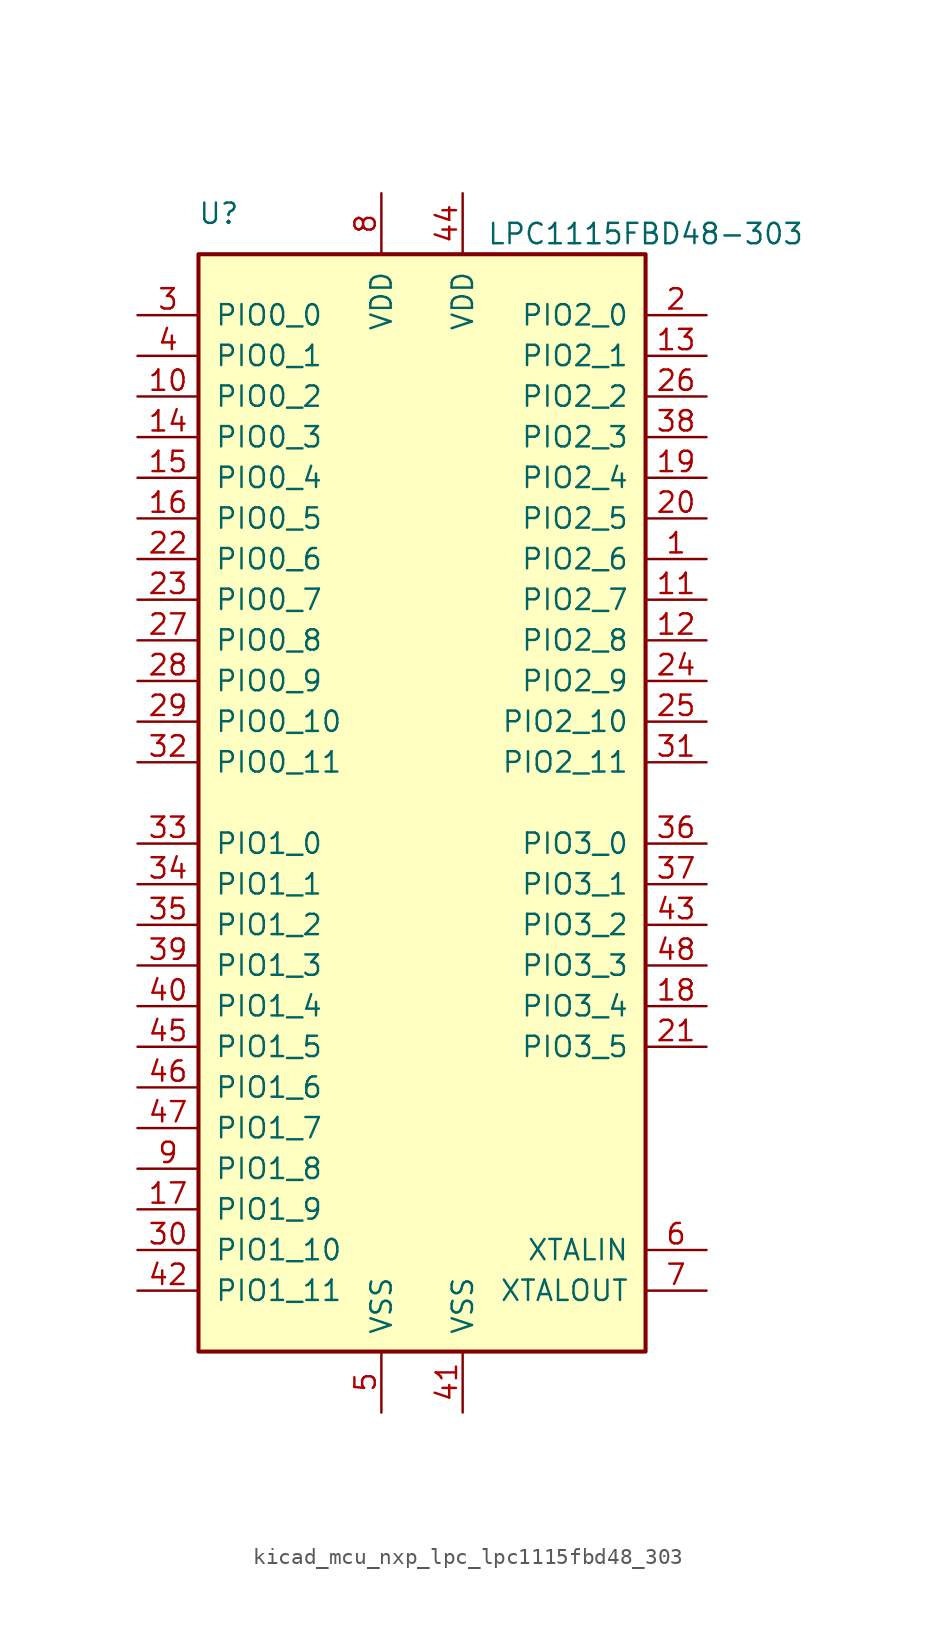
<source format=kicad_sym>
(kicad_symbol_lib
  (version 20220914)
  (generator kicad_symbol_editor)
  (symbol "kicad_mcu_nxp_lpc_lpc1115fbd48_303"
    (pin_names
      (offset 1.016))
    (property "Reference" "U"
      (at -12.7 36.83 0)
      (effects (font (size 1.27 1.27))))
    (property "Value" "LPC1115FBD48-303"
      (at 13.97 35.56 0)
      (effects (font (size 1.27 1.27))))
    (symbol "kicad_mcu_nxp_lpc_lpc1115fbd48_303_0_1"
      (rectangle (start -13.97 34.29) (end 13.97 -34.29) (stroke (width 0.254) (type default)) (fill (type background))))
    (symbol "kicad_mcu_nxp_lpc_lpc1115fbd48_303_1_1"
      (pin bidirectional line (at 17.78 15.24 180) (length 3.81) (name "PIO2_6" (effects (font (size 1.27 1.27)))) (number "1" (effects (font (size 1.27 1.27)))))
      (pin bidirectional line (at -17.78 25.4 0) (length 3.81) (name "PIO0_2" (effects (font (size 1.27 1.27)))) (number "10" (effects (font (size 1.27 1.27)))))
      (pin bidirectional line (at 17.78 12.7 180) (length 3.81) (name "PIO2_7" (effects (font (size 1.27 1.27)))) (number "11" (effects (font (size 1.27 1.27)))))
      (pin bidirectional line (at 17.78 10.16 180) (length 3.81) (name "PIO2_8" (effects (font (size 1.27 1.27)))) (number "12" (effects (font (size 1.27 1.27)))))
      (pin bidirectional line (at 17.78 27.94 180) (length 3.81) (name "PIO2_1" (effects (font (size 1.27 1.27)))) (number "13" (effects (font (size 1.27 1.27)))))
      (pin bidirectional line (at -17.78 22.86 0) (length 3.81) (name "PIO0_3" (effects (font (size 1.27 1.27)))) (number "14" (effects (font (size 1.27 1.27)))))
      (pin bidirectional line (at -17.78 20.32 0) (length 3.81) (name "PIO0_4" (effects (font (size 1.27 1.27)))) (number "15" (effects (font (size 1.27 1.27)))))
      (pin bidirectional line (at -17.78 17.78 0) (length 3.81) (name "PIO0_5" (effects (font (size 1.27 1.27)))) (number "16" (effects (font (size 1.27 1.27)))))
      (pin bidirectional line (at -17.78 -25.4 0) (length 3.81) (name "PIO1_9" (effects (font (size 1.27 1.27)))) (number "17" (effects (font (size 1.27 1.27)))))
      (pin bidirectional line (at 17.78 -12.7 180) (length 3.81) (name "PIO3_4" (effects (font (size 1.27 1.27)))) (number "18" (effects (font (size 1.27 1.27)))))
      (pin bidirectional line (at 17.78 20.32 180) (length 3.81) (name "PIO2_4" (effects (font (size 1.27 1.27)))) (number "19" (effects (font (size 1.27 1.27)))))
      (pin bidirectional line (at 17.78 30.48 180) (length 3.81) (name "PIO2_0" (effects (font (size 1.27 1.27)))) (number "2" (effects (font (size 1.27 1.27)))))
      (pin bidirectional line (at 17.78 17.78 180) (length 3.81) (name "PIO2_5" (effects (font (size 1.27 1.27)))) (number "20" (effects (font (size 1.27 1.27)))))
      (pin bidirectional line (at 17.78 -15.24 180) (length 3.81) (name "PIO3_5" (effects (font (size 1.27 1.27)))) (number "21" (effects (font (size 1.27 1.27)))))
      (pin bidirectional line (at -17.78 15.24 0) (length 3.81) (name "PIO0_6" (effects (font (size 1.27 1.27)))) (number "22" (effects (font (size 1.27 1.27)))))
      (pin bidirectional line (at -17.78 12.7 0) (length 3.81) (name "PIO0_7" (effects (font (size 1.27 1.27)))) (number "23" (effects (font (size 1.27 1.27)))))
      (pin bidirectional line (at 17.78 7.62 180) (length 3.81) (name "PIO2_9" (effects (font (size 1.27 1.27)))) (number "24" (effects (font (size 1.27 1.27)))))
      (pin bidirectional line (at 17.78 5.08 180) (length 3.81) (name "PIO2_10" (effects (font (size 1.27 1.27)))) (number "25" (effects (font (size 1.27 1.27)))))
      (pin bidirectional line (at 17.78 25.4 180) (length 3.81) (name "PIO2_2" (effects (font (size 1.27 1.27)))) (number "26" (effects (font (size 1.27 1.27)))))
      (pin bidirectional line (at -17.78 10.16 0) (length 3.81) (name "PIO0_8" (effects (font (size 1.27 1.27)))) (number "27" (effects (font (size 1.27 1.27)))))
      (pin bidirectional line (at -17.78 7.62 0) (length 3.81) (name "PIO0_9" (effects (font (size 1.27 1.27)))) (number "28" (effects (font (size 1.27 1.27)))))
      (pin bidirectional line (at -17.78 5.08 0) (length 3.81) (name "PIO0_10" (effects (font (size 1.27 1.27)))) (number "29" (effects (font (size 1.27 1.27)))))
      (pin bidirectional line (at -17.78 30.48 0) (length 3.81) (name "PIO0_0" (effects (font (size 1.27 1.27)))) (number "3" (effects (font (size 1.27 1.27)))))
      (pin bidirectional line (at -17.78 -27.94 0) (length 3.81) (name "PIO1_10" (effects (font (size 1.27 1.27)))) (number "30" (effects (font (size 1.27 1.27)))))
      (pin bidirectional line (at 17.78 2.54 180) (length 3.81) (name "PIO2_11" (effects (font (size 1.27 1.27)))) (number "31" (effects (font (size 1.27 1.27)))))
      (pin bidirectional line (at -17.78 2.54 0) (length 3.81) (name "PIO0_11" (effects (font (size 1.27 1.27)))) (number "32" (effects (font (size 1.27 1.27)))))
      (pin bidirectional line (at -17.78 -2.54 0) (length 3.81) (name "PIO1_0" (effects (font (size 1.27 1.27)))) (number "33" (effects (font (size 1.27 1.27)))))
      (pin bidirectional line (at -17.78 -5.08 0) (length 3.81) (name "PIO1_1" (effects (font (size 1.27 1.27)))) (number "34" (effects (font (size 1.27 1.27)))))
      (pin bidirectional line (at -17.78 -7.62 0) (length 3.81) (name "PIO1_2" (effects (font (size 1.27 1.27)))) (number "35" (effects (font (size 1.27 1.27)))))
      (pin bidirectional line (at 17.78 -2.54 180) (length 3.81) (name "PIO3_0" (effects (font (size 1.27 1.27)))) (number "36" (effects (font (size 1.27 1.27)))))
      (pin bidirectional line (at 17.78 -5.08 180) (length 3.81) (name "PIO3_1" (effects (font (size 1.27 1.27)))) (number "37" (effects (font (size 1.27 1.27)))))
      (pin bidirectional line (at 17.78 22.86 180) (length 3.81) (name "PIO2_3" (effects (font (size 1.27 1.27)))) (number "38" (effects (font (size 1.27 1.27)))))
      (pin bidirectional line (at -17.78 -10.16 0) (length 3.81) (name "PIO1_3" (effects (font (size 1.27 1.27)))) (number "39" (effects (font (size 1.27 1.27)))))
      (pin bidirectional line (at -17.78 27.94 0) (length 3.81) (name "PIO0_1" (effects (font (size 1.27 1.27)))) (number "4" (effects (font (size 1.27 1.27)))))
      (pin bidirectional line (at -17.78 -12.7 0) (length 3.81) (name "PIO1_4" (effects (font (size 1.27 1.27)))) (number "40" (effects (font (size 1.27 1.27)))))
      (pin power_in line (at 2.54 -38.1 90) (length 3.81) (name "VSS" (effects (font (size 1.27 1.27)))) (number "41" (effects (font (size 1.27 1.27)))))
      (pin bidirectional line (at -17.78 -30.48 0) (length 3.81) (name "PIO1_11" (effects (font (size 1.27 1.27)))) (number "42" (effects (font (size 1.27 1.27)))))
      (pin bidirectional line (at 17.78 -7.62 180) (length 3.81) (name "PIO3_2" (effects (font (size 1.27 1.27)))) (number "43" (effects (font (size 1.27 1.27)))))
      (pin power_in line (at 2.54 38.1 270) (length 3.81) (name "VDD" (effects (font (size 1.27 1.27)))) (number "44" (effects (font (size 1.27 1.27)))))
      (pin bidirectional line (at -17.78 -15.24 0) (length 3.81) (name "PIO1_5" (effects (font (size 1.27 1.27)))) (number "45" (effects (font (size 1.27 1.27)))))
      (pin bidirectional line (at -17.78 -17.78 0) (length 3.81) (name "PIO1_6" (effects (font (size 1.27 1.27)))) (number "46" (effects (font (size 1.27 1.27)))))
      (pin bidirectional line (at -17.78 -20.32 0) (length 3.81) (name "PIO1_7" (effects (font (size 1.27 1.27)))) (number "47" (effects (font (size 1.27 1.27)))))
      (pin bidirectional line (at 17.78 -10.16 180) (length 3.81) (name "PIO3_3" (effects (font (size 1.27 1.27)))) (number "48" (effects (font (size 1.27 1.27)))))
      (pin power_in line (at -2.54 -38.1 90) (length 3.81) (name "VSS" (effects (font (size 1.27 1.27)))) (number "5" (effects (font (size 1.27 1.27)))))
      (pin input line (at 17.78 -27.94 180) (length 3.81) (name "XTALIN" (effects (font (size 1.27 1.27)))) (number "6" (effects (font (size 1.27 1.27)))))
      (pin output line (at 17.78 -30.48 180) (length 3.81) (name "XTALOUT" (effects (font (size 1.27 1.27)))) (number "7" (effects (font (size 1.27 1.27)))))
      (pin power_in line (at -2.54 38.1 270) (length 3.81) (name "VDD" (effects (font (size 1.27 1.27)))) (number "8" (effects (font (size 1.27 1.27)))))
      (pin bidirectional line (at -17.78 -22.86 0) (length 3.81) (name "PIO1_8" (effects (font (size 1.27 1.27)))) (number "9" (effects (font (size 1.27 1.27))))))))
</source>
